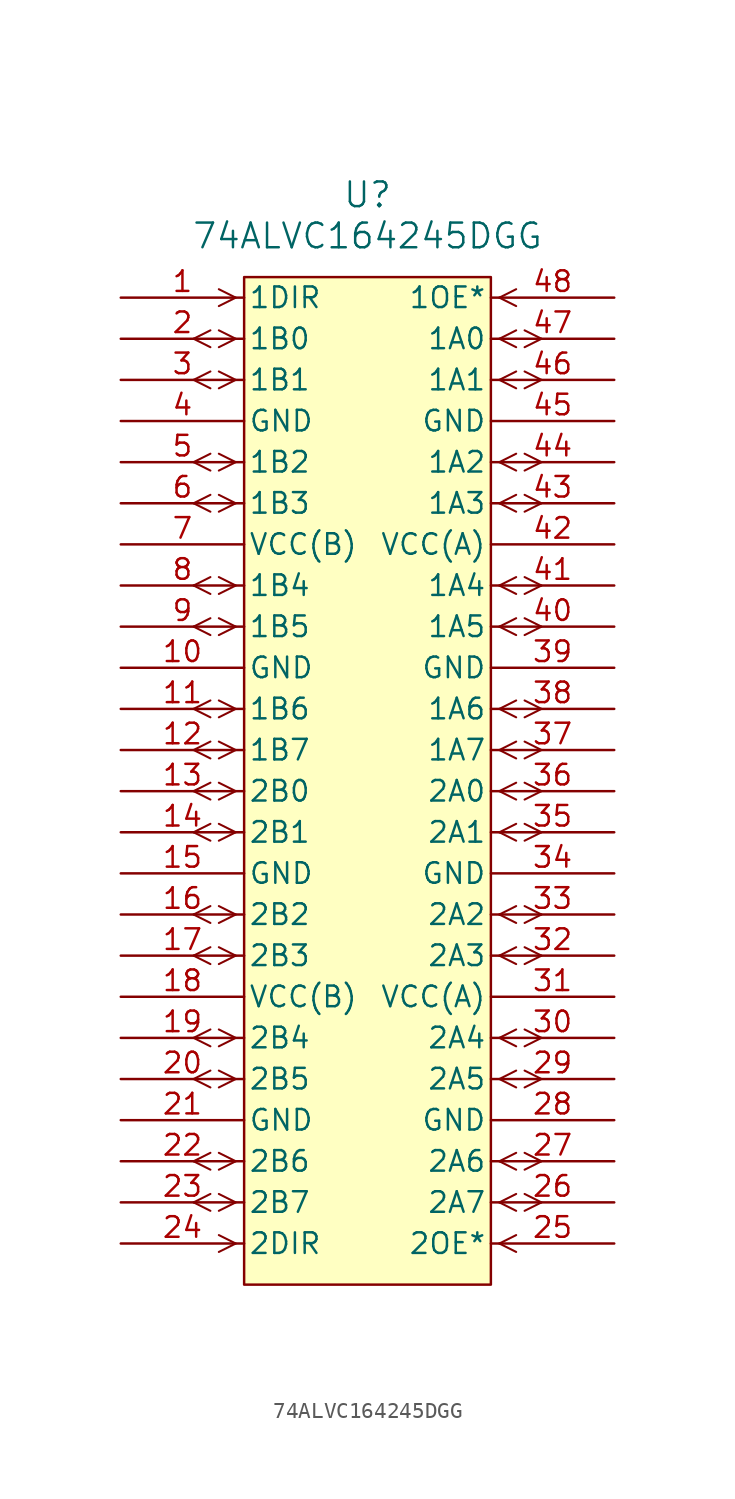
<source format=kicad_sym>
(kicad_symbol_lib
  (version 20220914)
  (generator kicad_symbol_editor)
  (symbol "74ALVC164245DGG"
    (pin_names
      (offset 0.254))
    (property "Reference" "U"
      (at 0 5.08 0)
      (effects (font (size 1.524 1.524))))
    (property "Value" "74ALVC164245DGG"
      (at 0 2.54 0)
      (effects (font (size 1.524 1.524))))
    (property "ki_locked" ""
      (at 0 0 0)
      (effects (font (size 1.27 1.27))))
    (symbol "74ALVC164245DGG_0_1"
      (polyline (pts (xy -9.703 -57.671) (xy -10.744 -57.15)) (stroke (width 0.127) (type default)) (fill (type none)))
      (polyline (pts (xy -9.703 -56.629) (xy -10.744 -57.15)) (stroke (width 0.127) (type default)) (fill (type none)))
      (polyline (pts (xy -9.703 -55.131) (xy -10.744 -54.61)) (stroke (width 0.127) (type default)) (fill (type none)))
      (polyline (pts (xy -9.703 -54.089) (xy -10.744 -54.61)) (stroke (width 0.127) (type default)) (fill (type none)))
      (polyline (pts (xy -9.703 -50.051) (xy -10.744 -49.53)) (stroke (width 0.127) (type default)) (fill (type none)))
      (polyline (pts (xy -9.703 -49.009) (xy -10.744 -49.53)) (stroke (width 0.127) (type default)) (fill (type none)))
      (polyline (pts (xy -9.703 -47.511) (xy -10.744 -46.99)) (stroke (width 0.127) (type default)) (fill (type none)))
      (polyline (pts (xy -9.703 -46.469) (xy -10.744 -46.99)) (stroke (width 0.127) (type default)) (fill (type none)))
      (polyline (pts (xy -9.703 -42.431) (xy -10.744 -41.91)) (stroke (width 0.127) (type default)) (fill (type none)))
      (polyline (pts (xy -9.703 -41.389) (xy -10.744 -41.91)) (stroke (width 0.127) (type default)) (fill (type none)))
      (polyline (pts (xy -9.703 -39.891) (xy -10.744 -39.37)) (stroke (width 0.127) (type default)) (fill (type none)))
      (polyline (pts (xy -9.703 -38.849) (xy -10.744 -39.37)) (stroke (width 0.127) (type default)) (fill (type none)))
      (polyline (pts (xy -9.703 -34.811) (xy -10.744 -34.29)) (stroke (width 0.127) (type default)) (fill (type none)))
      (polyline (pts (xy -9.703 -33.769) (xy -10.744 -34.29)) (stroke (width 0.127) (type default)) (fill (type none)))
      (polyline (pts (xy -9.703 -32.271) (xy -10.744 -31.75)) (stroke (width 0.127) (type default)) (fill (type none)))
      (polyline (pts (xy -9.703 -31.229) (xy -10.744 -31.75)) (stroke (width 0.127) (type default)) (fill (type none)))
      (polyline (pts (xy -9.703 -29.731) (xy -10.744 -29.21)) (stroke (width 0.127) (type default)) (fill (type none)))
      (polyline (pts (xy -9.703 -28.689) (xy -10.744 -29.21)) (stroke (width 0.127) (type default)) (fill (type none)))
      (polyline (pts (xy -9.703 -27.191) (xy -10.744 -26.67)) (stroke (width 0.127) (type default)) (fill (type none)))
      (polyline (pts (xy -9.703 -26.149) (xy -10.744 -26.67)) (stroke (width 0.127) (type default)) (fill (type none)))
      (polyline (pts (xy -9.703 -22.111) (xy -10.744 -21.59)) (stroke (width 0.127) (type default)) (fill (type none)))
      (polyline (pts (xy -9.703 -21.069) (xy -10.744 -21.59)) (stroke (width 0.127) (type default)) (fill (type none)))
      (polyline (pts (xy -9.703 -19.571) (xy -10.744 -19.05)) (stroke (width 0.127) (type default)) (fill (type none)))
      (polyline (pts (xy -9.703 -18.529) (xy -10.744 -19.05)) (stroke (width 0.127) (type default)) (fill (type none)))
      (polyline (pts (xy -9.703 -14.491) (xy -10.744 -13.97)) (stroke (width 0.127) (type default)) (fill (type none)))
      (polyline (pts (xy -9.703 -13.449) (xy -10.744 -13.97)) (stroke (width 0.127) (type default)) (fill (type none)))
      (polyline (pts (xy -9.703 -11.951) (xy -10.744 -11.43)) (stroke (width 0.127) (type default)) (fill (type none)))
      (polyline (pts (xy -9.703 -10.909) (xy -10.744 -11.43)) (stroke (width 0.127) (type default)) (fill (type none)))
      (polyline (pts (xy -9.703 -6.871) (xy -10.744 -6.35)) (stroke (width 0.127) (type default)) (fill (type none)))
      (polyline (pts (xy -9.703 -5.829) (xy -10.744 -6.35)) (stroke (width 0.127) (type default)) (fill (type none)))
      (polyline (pts (xy -9.703 -4.331) (xy -10.744 -3.81)) (stroke (width 0.127) (type default)) (fill (type none)))
      (polyline (pts (xy -9.703 -3.289) (xy -10.744 -3.81)) (stroke (width 0.127) (type default)) (fill (type none)))
      (polyline (pts (xy -8.141 -59.69) (xy -9.182 -60.211)) (stroke (width 0.127) (type default)) (fill (type none)))
      (polyline (pts (xy -8.141 -59.69) (xy -9.182 -59.169)) (stroke (width 0.127) (type default)) (fill (type none)))
      (polyline (pts (xy -8.141 -57.15) (xy -9.182 -57.671)) (stroke (width 0.127) (type default)) (fill (type none)))
      (polyline (pts (xy -8.141 -57.15) (xy -9.182 -56.629)) (stroke (width 0.127) (type default)) (fill (type none)))
      (polyline (pts (xy -8.141 -54.61) (xy -9.182 -55.131)) (stroke (width 0.127) (type default)) (fill (type none)))
      (polyline (pts (xy -8.141 -54.61) (xy -9.182 -54.089)) (stroke (width 0.127) (type default)) (fill (type none)))
      (polyline (pts (xy -8.141 -49.53) (xy -9.182 -50.051)) (stroke (width 0.127) (type default)) (fill (type none)))
      (polyline (pts (xy -8.141 -49.53) (xy -9.182 -49.009)) (stroke (width 0.127) (type default)) (fill (type none)))
      (polyline (pts (xy -8.141 -46.99) (xy -9.182 -47.511)) (stroke (width 0.127) (type default)) (fill (type none)))
      (polyline (pts (xy -8.141 -46.99) (xy -9.182 -46.469)) (stroke (width 0.127) (type default)) (fill (type none)))
      (polyline (pts (xy -8.141 -41.91) (xy -9.182 -42.431)) (stroke (width 0.127) (type default)) (fill (type none)))
      (polyline (pts (xy -8.141 -41.91) (xy -9.182 -41.389)) (stroke (width 0.127) (type default)) (fill (type none)))
      (polyline (pts (xy -8.141 -39.37) (xy -9.182 -39.891)) (stroke (width 0.127) (type default)) (fill (type none)))
      (polyline (pts (xy -8.141 -39.37) (xy -9.182 -38.849)) (stroke (width 0.127) (type default)) (fill (type none)))
      (polyline (pts (xy -8.141 -34.29) (xy -9.182 -34.811)) (stroke (width 0.127) (type default)) (fill (type none)))
      (polyline (pts (xy -8.141 -34.29) (xy -9.182 -33.769)) (stroke (width 0.127) (type default)) (fill (type none)))
      (polyline (pts (xy -8.141 -31.75) (xy -9.182 -32.271)) (stroke (width 0.127) (type default)) (fill (type none)))
      (polyline (pts (xy -8.141 -31.75) (xy -9.182 -31.229)) (stroke (width 0.127) (type default)) (fill (type none)))
      (polyline (pts (xy -8.141 -29.21) (xy -9.182 -29.731)) (stroke (width 0.127) (type default)) (fill (type none)))
      (polyline (pts (xy -8.141 -29.21) (xy -9.182 -28.689)) (stroke (width 0.127) (type default)) (fill (type none)))
      (polyline (pts (xy -8.141 -26.67) (xy -9.182 -27.191)) (stroke (width 0.127) (type default)) (fill (type none)))
      (polyline (pts (xy -8.141 -26.67) (xy -9.182 -26.149)) (stroke (width 0.127) (type default)) (fill (type none)))
      (polyline (pts (xy -8.141 -21.59) (xy -9.182 -22.111)) (stroke (width 0.127) (type default)) (fill (type none)))
      (polyline (pts (xy -8.141 -21.59) (xy -9.182 -21.069)) (stroke (width 0.127) (type default)) (fill (type none)))
      (polyline (pts (xy -8.141 -19.05) (xy -9.182 -19.571)) (stroke (width 0.127) (type default)) (fill (type none)))
      (polyline (pts (xy -8.141 -19.05) (xy -9.182 -18.529)) (stroke (width 0.127) (type default)) (fill (type none)))
      (polyline (pts (xy -8.141 -13.97) (xy -9.182 -14.491)) (stroke (width 0.127) (type default)) (fill (type none)))
      (polyline (pts (xy -8.141 -13.97) (xy -9.182 -13.449)) (stroke (width 0.127) (type default)) (fill (type none)))
      (polyline (pts (xy -8.141 -11.43) (xy -9.182 -11.951)) (stroke (width 0.127) (type default)) (fill (type none)))
      (polyline (pts (xy -8.141 -11.43) (xy -9.182 -10.909)) (stroke (width 0.127) (type default)) (fill (type none)))
      (polyline (pts (xy -8.141 -6.35) (xy -9.182 -6.871)) (stroke (width 0.127) (type default)) (fill (type none)))
      (polyline (pts (xy -8.141 -6.35) (xy -9.182 -5.829)) (stroke (width 0.127) (type default)) (fill (type none)))
      (polyline (pts (xy -8.141 -3.81) (xy -9.182 -4.331)) (stroke (width 0.127) (type default)) (fill (type none)))
      (polyline (pts (xy -8.141 -3.81) (xy -9.182 -3.289)) (stroke (width 0.127) (type default)) (fill (type none)))
      (polyline (pts (xy -8.141 -1.27) (xy -9.182 -1.791)) (stroke (width 0.127) (type default)) (fill (type none)))
      (polyline (pts (xy -8.141 -1.27) (xy -9.182 -0.749)) (stroke (width 0.127) (type default)) (fill (type none)))
      (polyline (pts (xy 8.141 -59.69) (xy 9.182 -60.211)) (stroke (width 0.127) (type default)) (fill (type none)))
      (polyline (pts (xy 8.141 -59.69) (xy 9.182 -59.169)) (stroke (width 0.127) (type default)) (fill (type none)))
      (polyline (pts (xy 8.141 -57.15) (xy 9.182 -57.671)) (stroke (width 0.127) (type default)) (fill (type none)))
      (polyline (pts (xy 8.141 -57.15) (xy 9.182 -56.629)) (stroke (width 0.127) (type default)) (fill (type none)))
      (polyline (pts (xy 8.141 -54.61) (xy 9.182 -55.131)) (stroke (width 0.127) (type default)) (fill (type none)))
      (polyline (pts (xy 8.141 -54.61) (xy 9.182 -54.089)) (stroke (width 0.127) (type default)) (fill (type none)))
      (polyline (pts (xy 8.141 -49.53) (xy 9.182 -50.051)) (stroke (width 0.127) (type default)) (fill (type none)))
      (polyline (pts (xy 8.141 -49.53) (xy 9.182 -49.009)) (stroke (width 0.127) (type default)) (fill (type none)))
      (polyline (pts (xy 8.141 -46.99) (xy 9.182 -47.511)) (stroke (width 0.127) (type default)) (fill (type none)))
      (polyline (pts (xy 8.141 -46.99) (xy 9.182 -46.469)) (stroke (width 0.127) (type default)) (fill (type none)))
      (polyline (pts (xy 8.141 -41.91) (xy 9.182 -42.431)) (stroke (width 0.127) (type default)) (fill (type none)))
      (polyline (pts (xy 8.141 -41.91) (xy 9.182 -41.389)) (stroke (width 0.127) (type default)) (fill (type none)))
      (polyline (pts (xy 8.141 -39.37) (xy 9.182 -39.891)) (stroke (width 0.127) (type default)) (fill (type none)))
      (polyline (pts (xy 8.141 -39.37) (xy 9.182 -38.849)) (stroke (width 0.127) (type default)) (fill (type none)))
      (polyline (pts (xy 8.141 -34.29) (xy 9.182 -34.811)) (stroke (width 0.127) (type default)) (fill (type none)))
      (polyline (pts (xy 8.141 -34.29) (xy 9.182 -33.769)) (stroke (width 0.127) (type default)) (fill (type none)))
      (polyline (pts (xy 8.141 -31.75) (xy 9.182 -32.271)) (stroke (width 0.127) (type default)) (fill (type none)))
      (polyline (pts (xy 8.141 -31.75) (xy 9.182 -31.229)) (stroke (width 0.127) (type default)) (fill (type none)))
      (polyline (pts (xy 8.141 -29.21) (xy 9.182 -29.731)) (stroke (width 0.127) (type default)) (fill (type none)))
      (polyline (pts (xy 8.141 -29.21) (xy 9.182 -28.689)) (stroke (width 0.127) (type default)) (fill (type none)))
      (polyline (pts (xy 8.141 -26.67) (xy 9.182 -27.191)) (stroke (width 0.127) (type default)) (fill (type none)))
      (polyline (pts (xy 8.141 -26.67) (xy 9.182 -26.149)) (stroke (width 0.127) (type default)) (fill (type none)))
      (polyline (pts (xy 8.141 -21.59) (xy 9.182 -22.111)) (stroke (width 0.127) (type default)) (fill (type none)))
      (polyline (pts (xy 8.141 -21.59) (xy 9.182 -21.069)) (stroke (width 0.127) (type default)) (fill (type none)))
      (polyline (pts (xy 8.141 -19.05) (xy 9.182 -19.571)) (stroke (width 0.127) (type default)) (fill (type none)))
      (polyline (pts (xy 8.141 -19.05) (xy 9.182 -18.529)) (stroke (width 0.127) (type default)) (fill (type none)))
      (polyline (pts (xy 8.141 -13.97) (xy 9.182 -14.491)) (stroke (width 0.127) (type default)) (fill (type none)))
      (polyline (pts (xy 8.141 -13.97) (xy 9.182 -13.449)) (stroke (width 0.127) (type default)) (fill (type none)))
      (polyline (pts (xy 8.141 -11.43) (xy 9.182 -11.951)) (stroke (width 0.127) (type default)) (fill (type none)))
      (polyline (pts (xy 8.141 -11.43) (xy 9.182 -10.909)) (stroke (width 0.127) (type default)) (fill (type none)))
      (polyline (pts (xy 8.141 -6.35) (xy 9.182 -6.871)) (stroke (width 0.127) (type default)) (fill (type none)))
      (polyline (pts (xy 8.141 -6.35) (xy 9.182 -5.829)) (stroke (width 0.127) (type default)) (fill (type none)))
      (polyline (pts (xy 8.141 -3.81) (xy 9.182 -4.331)) (stroke (width 0.127) (type default)) (fill (type none)))
      (polyline (pts (xy 8.141 -3.81) (xy 9.182 -3.289)) (stroke (width 0.127) (type default)) (fill (type none)))
      (polyline (pts (xy 8.141 -1.27) (xy 9.182 -1.791)) (stroke (width 0.127) (type default)) (fill (type none)))
      (polyline (pts (xy 8.141 -1.27) (xy 9.182 -0.749)) (stroke (width 0.127) (type default)) (fill (type none)))
      (polyline (pts (xy 9.703 -57.671) (xy 10.744 -57.15)) (stroke (width 0.127) (type default)) (fill (type none)))
      (polyline (pts (xy 9.703 -56.629) (xy 10.744 -57.15)) (stroke (width 0.127) (type default)) (fill (type none)))
      (polyline (pts (xy 9.703 -55.131) (xy 10.744 -54.61)) (stroke (width 0.127) (type default)) (fill (type none)))
      (polyline (pts (xy 9.703 -54.089) (xy 10.744 -54.61)) (stroke (width 0.127) (type default)) (fill (type none)))
      (polyline (pts (xy 9.703 -50.051) (xy 10.744 -49.53)) (stroke (width 0.127) (type default)) (fill (type none)))
      (polyline (pts (xy 9.703 -49.009) (xy 10.744 -49.53)) (stroke (width 0.127) (type default)) (fill (type none)))
      (polyline (pts (xy 9.703 -47.511) (xy 10.744 -46.99)) (stroke (width 0.127) (type default)) (fill (type none)))
      (polyline (pts (xy 9.703 -46.469) (xy 10.744 -46.99)) (stroke (width 0.127) (type default)) (fill (type none)))
      (polyline (pts (xy 9.703 -42.431) (xy 10.744 -41.91)) (stroke (width 0.127) (type default)) (fill (type none)))
      (polyline (pts (xy 9.703 -41.389) (xy 10.744 -41.91)) (stroke (width 0.127) (type default)) (fill (type none)))
      (polyline (pts (xy 9.703 -39.891) (xy 10.744 -39.37)) (stroke (width 0.127) (type default)) (fill (type none)))
      (polyline (pts (xy 9.703 -38.849) (xy 10.744 -39.37)) (stroke (width 0.127) (type default)) (fill (type none)))
      (polyline (pts (xy 9.703 -34.811) (xy 10.744 -34.29)) (stroke (width 0.127) (type default)) (fill (type none)))
      (polyline (pts (xy 9.703 -33.769) (xy 10.744 -34.29)) (stroke (width 0.127) (type default)) (fill (type none)))
      (polyline (pts (xy 9.703 -32.271) (xy 10.744 -31.75)) (stroke (width 0.127) (type default)) (fill (type none)))
      (polyline (pts (xy 9.703 -31.229) (xy 10.744 -31.75)) (stroke (width 0.127) (type default)) (fill (type none)))
      (polyline (pts (xy 9.703 -29.731) (xy 10.744 -29.21)) (stroke (width 0.127) (type default)) (fill (type none)))
      (polyline (pts (xy 9.703 -28.689) (xy 10.744 -29.21)) (stroke (width 0.127) (type default)) (fill (type none)))
      (polyline (pts (xy 9.703 -27.191) (xy 10.744 -26.67)) (stroke (width 0.127) (type default)) (fill (type none)))
      (polyline (pts (xy 9.703 -26.149) (xy 10.744 -26.67)) (stroke (width 0.127) (type default)) (fill (type none)))
      (polyline (pts (xy 9.703 -22.111) (xy 10.744 -21.59)) (stroke (width 0.127) (type default)) (fill (type none)))
      (polyline (pts (xy 9.703 -21.069) (xy 10.744 -21.59)) (stroke (width 0.127) (type default)) (fill (type none)))
      (polyline (pts (xy 9.703 -19.571) (xy 10.744 -19.05)) (stroke (width 0.127) (type default)) (fill (type none)))
      (polyline (pts (xy 9.703 -18.529) (xy 10.744 -19.05)) (stroke (width 0.127) (type default)) (fill (type none)))
      (polyline (pts (xy 9.703 -14.491) (xy 10.744 -13.97)) (stroke (width 0.127) (type default)) (fill (type none)))
      (polyline (pts (xy 9.703 -13.449) (xy 10.744 -13.97)) (stroke (width 0.127) (type default)) (fill (type none)))
      (polyline (pts (xy 9.703 -11.951) (xy 10.744 -11.43)) (stroke (width 0.127) (type default)) (fill (type none)))
      (polyline (pts (xy 9.703 -10.909) (xy 10.744 -11.43)) (stroke (width 0.127) (type default)) (fill (type none)))
      (polyline (pts (xy 9.703 -6.871) (xy 10.744 -6.35)) (stroke (width 0.127) (type default)) (fill (type none)))
      (polyline (pts (xy 9.703 -5.829) (xy 10.744 -6.35)) (stroke (width 0.127) (type default)) (fill (type none)))
      (polyline (pts (xy 9.703 -4.331) (xy 10.744 -3.81)) (stroke (width 0.127) (type default)) (fill (type none)))
      (polyline (pts (xy 9.703 -3.289) (xy 10.744 -3.81)) (stroke (width 0.127) (type default)) (fill (type none)))
      (pin input line (at -15.24 -1.27 0) (length 7.62) (name "1DIR" (effects (font (size 1.27 1.27)))) (number "1" (effects (font (size 1.27 1.27)))))
      (pin power_in line (at -15.24 -24.13 0) (length 7.62) (name "GND" (effects (font (size 1.27 1.27)))) (number "10" (effects (font (size 1.27 1.27)))))
      (pin bidirectional line (at -15.24 -26.67 0) (length 7.62) (name "1B6" (effects (font (size 1.27 1.27)))) (number "11" (effects (font (size 1.27 1.27)))))
      (pin bidirectional line (at -15.24 -29.21 0) (length 7.62) (name "1B7" (effects (font (size 1.27 1.27)))) (number "12" (effects (font (size 1.27 1.27)))))
      (pin bidirectional line (at -15.24 -31.75 0) (length 7.62) (name "2B0" (effects (font (size 1.27 1.27)))) (number "13" (effects (font (size 1.27 1.27)))))
      (pin bidirectional line (at -15.24 -34.29 0) (length 7.62) (name "2B1" (effects (font (size 1.27 1.27)))) (number "14" (effects (font (size 1.27 1.27)))))
      (pin power_in line (at -15.24 -36.83 0) (length 7.62) (name "GND" (effects (font (size 1.27 1.27)))) (number "15" (effects (font (size 1.27 1.27)))))
      (pin bidirectional line (at -15.24 -39.37 0) (length 7.62) (name "2B2" (effects (font (size 1.27 1.27)))) (number "16" (effects (font (size 1.27 1.27)))))
      (pin bidirectional line (at -15.24 -41.91 0) (length 7.62) (name "2B3" (effects (font (size 1.27 1.27)))) (number "17" (effects (font (size 1.27 1.27)))))
      (pin power_in line (at -15.24 -44.45 0) (length 7.62) (name "VCC(B)" (effects (font (size 1.27 1.27)))) (number "18" (effects (font (size 1.27 1.27)))))
      (pin bidirectional line (at -15.24 -46.99 0) (length 7.62) (name "2B4" (effects (font (size 1.27 1.27)))) (number "19" (effects (font (size 1.27 1.27)))))
      (pin bidirectional line (at -15.24 -3.81 0) (length 7.62) (name "1B0" (effects (font (size 1.27 1.27)))) (number "2" (effects (font (size 1.27 1.27)))))
      (pin bidirectional line (at -15.24 -49.53 0) (length 7.62) (name "2B5" (effects (font (size 1.27 1.27)))) (number "20" (effects (font (size 1.27 1.27)))))
      (pin power_in line (at -15.24 -52.07 0) (length 7.62) (name "GND" (effects (font (size 1.27 1.27)))) (number "21" (effects (font (size 1.27 1.27)))))
      (pin bidirectional line (at -15.24 -54.61 0) (length 7.62) (name "2B6" (effects (font (size 1.27 1.27)))) (number "22" (effects (font (size 1.27 1.27)))))
      (pin bidirectional line (at -15.24 -57.15 0) (length 7.62) (name "2B7" (effects (font (size 1.27 1.27)))) (number "23" (effects (font (size 1.27 1.27)))))
      (pin input line (at -15.24 -59.69 0) (length 7.62) (name "2DIR" (effects (font (size 1.27 1.27)))) (number "24" (effects (font (size 1.27 1.27)))))
      (pin input line (at 15.24 -59.69 180) (length 7.62) (name "2OE*" (effects (font (size 1.27 1.27)))) (number "25" (effects (font (size 1.27 1.27)))))
      (pin bidirectional line (at 15.24 -57.15 180) (length 7.62) (name "2A7" (effects (font (size 1.27 1.27)))) (number "26" (effects (font (size 1.27 1.27)))))
      (pin bidirectional line (at 15.24 -54.61 180) (length 7.62) (name "2A6" (effects (font (size 1.27 1.27)))) (number "27" (effects (font (size 1.27 1.27)))))
      (pin power_in line (at 15.24 -52.07 180) (length 7.62) (name "GND" (effects (font (size 1.27 1.27)))) (number "28" (effects (font (size 1.27 1.27)))))
      (pin bidirectional line (at 15.24 -49.53 180) (length 7.62) (name "2A5" (effects (font (size 1.27 1.27)))) (number "29" (effects (font (size 1.27 1.27)))))
      (pin bidirectional line (at -15.24 -6.35 0) (length 7.62) (name "1B1" (effects (font (size 1.27 1.27)))) (number "3" (effects (font (size 1.27 1.27)))))
      (pin bidirectional line (at 15.24 -46.99 180) (length 7.62) (name "2A4" (effects (font (size 1.27 1.27)))) (number "30" (effects (font (size 1.27 1.27)))))
      (pin power_in line (at 15.24 -44.45 180) (length 7.62) (name "VCC(A)" (effects (font (size 1.27 1.27)))) (number "31" (effects (font (size 1.27 1.27)))))
      (pin bidirectional line (at 15.24 -41.91 180) (length 7.62) (name "2A3" (effects (font (size 1.27 1.27)))) (number "32" (effects (font (size 1.27 1.27)))))
      (pin bidirectional line (at 15.24 -39.37 180) (length 7.62) (name "2A2" (effects (font (size 1.27 1.27)))) (number "33" (effects (font (size 1.27 1.27)))))
      (pin power_in line (at 15.24 -36.83 180) (length 7.62) (name "GND" (effects (font (size 1.27 1.27)))) (number "34" (effects (font (size 1.27 1.27)))))
      (pin bidirectional line (at 15.24 -34.29 180) (length 7.62) (name "2A1" (effects (font (size 1.27 1.27)))) (number "35" (effects (font (size 1.27 1.27)))))
      (pin bidirectional line (at 15.24 -31.75 180) (length 7.62) (name "2A0" (effects (font (size 1.27 1.27)))) (number "36" (effects (font (size 1.27 1.27)))))
      (pin bidirectional line (at 15.24 -29.21 180) (length 7.62) (name "1A7" (effects (font (size 1.27 1.27)))) (number "37" (effects (font (size 1.27 1.27)))))
      (pin bidirectional line (at 15.24 -26.67 180) (length 7.62) (name "1A6" (effects (font (size 1.27 1.27)))) (number "38" (effects (font (size 1.27 1.27)))))
      (pin power_in line (at 15.24 -24.13 180) (length 7.62) (name "GND" (effects (font (size 1.27 1.27)))) (number "39" (effects (font (size 1.27 1.27)))))
      (pin power_in line (at -15.24 -8.89 0) (length 7.62) (name "GND" (effects (font (size 1.27 1.27)))) (number "4" (effects (font (size 1.27 1.27)))))
      (pin bidirectional line (at 15.24 -21.59 180) (length 7.62) (name "1A5" (effects (font (size 1.27 1.27)))) (number "40" (effects (font (size 1.27 1.27)))))
      (pin bidirectional line (at 15.24 -19.05 180) (length 7.62) (name "1A4" (effects (font (size 1.27 1.27)))) (number "41" (effects (font (size 1.27 1.27)))))
      (pin power_in line (at 15.24 -16.51 180) (length 7.62) (name "VCC(A)" (effects (font (size 1.27 1.27)))) (number "42" (effects (font (size 1.27 1.27)))))
      (pin bidirectional line (at 15.24 -13.97 180) (length 7.62) (name "1A3" (effects (font (size 1.27 1.27)))) (number "43" (effects (font (size 1.27 1.27)))))
      (pin bidirectional line (at 15.24 -11.43 180) (length 7.62) (name "1A2" (effects (font (size 1.27 1.27)))) (number "44" (effects (font (size 1.27 1.27)))))
      (pin power_in line (at 15.24 -8.89 180) (length 7.62) (name "GND" (effects (font (size 1.27 1.27)))) (number "45" (effects (font (size 1.27 1.27)))))
      (pin bidirectional line (at 15.24 -6.35 180) (length 7.62) (name "1A1" (effects (font (size 1.27 1.27)))) (number "46" (effects (font (size 1.27 1.27)))))
      (pin bidirectional line (at 15.24 -3.81 180) (length 7.62) (name "1A0" (effects (font (size 1.27 1.27)))) (number "47" (effects (font (size 1.27 1.27)))))
      (pin input line (at 15.24 -1.27 180) (length 7.62) (name "1OE*" (effects (font (size 1.27 1.27)))) (number "48" (effects (font (size 1.27 1.27)))))
      (pin bidirectional line (at -15.24 -11.43 0) (length 7.62) (name "1B2" (effects (font (size 1.27 1.27)))) (number "5" (effects (font (size 1.27 1.27)))))
      (pin bidirectional line (at -15.24 -13.97 0) (length 7.62) (name "1B3" (effects (font (size 1.27 1.27)))) (number "6" (effects (font (size 1.27 1.27)))))
      (pin power_in line (at -15.24 -16.51 0) (length 7.62) (name "VCC(B)" (effects (font (size 1.27 1.27)))) (number "7" (effects (font (size 1.27 1.27)))))
      (pin bidirectional line (at -15.24 -19.05 0) (length 7.62) (name "1B4" (effects (font (size 1.27 1.27)))) (number "8" (effects (font (size 1.27 1.27)))))
      (pin bidirectional line (at -15.24 -21.59 0) (length 7.62) (name "1B5" (effects (font (size 1.27 1.27)))) (number "9" (effects (font (size 1.27 1.27))))))
    (symbol "74ALVC164245DGG_1_1"
      (rectangle (start -7.62 0) (end 7.62 -62.23) (stroke (width 0) (type default)) (fill (type background))))))
</source>
